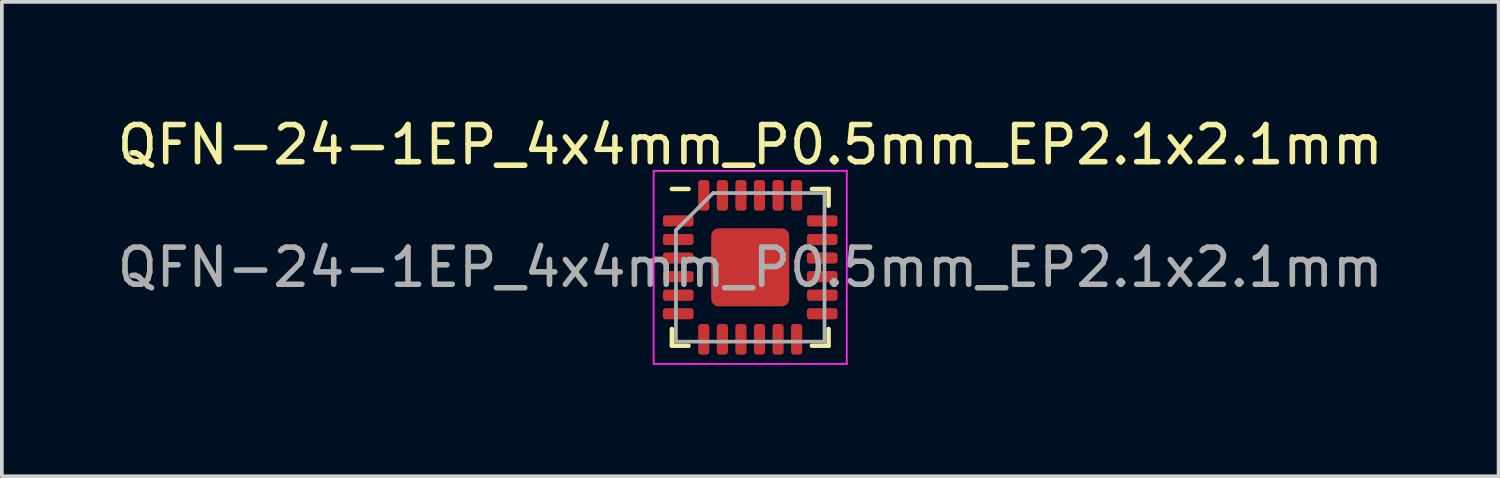
<source format=kicad_pcb>
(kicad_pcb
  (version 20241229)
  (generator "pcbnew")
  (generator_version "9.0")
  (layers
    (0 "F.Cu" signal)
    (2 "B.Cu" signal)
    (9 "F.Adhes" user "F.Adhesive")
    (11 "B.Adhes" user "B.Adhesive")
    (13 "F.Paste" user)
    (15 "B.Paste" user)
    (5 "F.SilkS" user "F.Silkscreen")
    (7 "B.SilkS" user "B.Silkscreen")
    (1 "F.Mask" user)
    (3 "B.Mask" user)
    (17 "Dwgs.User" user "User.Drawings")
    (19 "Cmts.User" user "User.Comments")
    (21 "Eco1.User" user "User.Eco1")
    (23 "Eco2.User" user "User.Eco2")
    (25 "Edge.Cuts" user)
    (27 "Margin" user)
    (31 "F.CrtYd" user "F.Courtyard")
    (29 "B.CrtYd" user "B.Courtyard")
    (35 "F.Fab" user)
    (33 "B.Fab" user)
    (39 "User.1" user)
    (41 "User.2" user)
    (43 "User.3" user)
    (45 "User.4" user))
  (footprint "QFN-24-1EP_4x4mm_P0.5mm_EP2.1x2.1mm"
    (layer "F.Cu")
    (at 17.149 4.148)
    (property "Reference" "QFN-24-1EP_4x4mm_P0.5mm_EP2.1x2.1mm" (at 0 -3.3 0) (layer "F.SilkS") (effects (font (size 1 1) (thickness 0.15))))
    (attr smd)
    (fp_line (start -2.11 2.11) (end -2.11 1.66) (stroke (width 0.12) (type solid)) (layer "F.SilkS"))
    (fp_line (start -1.66 -2.11) (end -2.11 -2.11) (stroke (width 0.12) (type solid)) (layer "F.SilkS"))
    (fp_line (start -1.66 2.11) (end -2.11 2.11) (stroke (width 0.12) (type solid)) (layer "F.SilkS"))
    (fp_line (start 1.66 -2.11) (end 2.11 -2.11) (stroke (width 0.12) (type solid)) (layer "F.SilkS"))
    (fp_line (start 1.66 2.11) (end 2.11 2.11) (stroke (width 0.12) (type solid)) (layer "F.SilkS"))
    (fp_line (start 2.11 -2.11) (end 2.11 -1.66) (stroke (width 0.12) (type solid)) (layer "F.SilkS"))
    (fp_line (start 2.11 2.11) (end 2.11 1.66) (stroke (width 0.12) (type solid)) (layer "F.SilkS"))
    (fp_line (start -2.6 -2.6) (end -2.6 2.6) (stroke (width 0.05) (type solid)) (layer "F.CrtYd"))
    (fp_line (start -2.6 2.6) (end 2.6 2.6) (stroke (width 0.05) (type solid)) (layer "F.CrtYd"))
    (fp_line (start 2.6 -2.6) (end -2.6 -2.6) (stroke (width 0.05) (type solid)) (layer "F.CrtYd"))
    (fp_line (start 2.6 2.6) (end 2.6 -2.6) (stroke (width 0.05) (type solid)) (layer "F.CrtYd"))
    (fp_line (start -2 -1) (end -1 -2) (stroke (width 0.1) (type solid)) (layer "F.Fab"))
    (fp_line (start -2 2) (end -2 -1) (stroke (width 0.1) (type solid)) (layer "F.Fab"))
    (fp_line (start -1 -2) (end 2 -2) (stroke (width 0.1) (type solid)) (layer "F.Fab"))
    (fp_line (start 2 -2) (end 2 2) (stroke (width 0.1) (type solid)) (layer "F.Fab"))
    (fp_line (start 2 2) (end -2 2) (stroke (width 0.1) (type solid)) (layer "F.Fab"))
    (fp_text user "${REFERENCE}" (at 0 0 0) (layer "F.Fab") (effects (font (size 1 1) (thickness 0.15))))
    (pad "" smd roundrect (at -0.5 -0.5) (size 0.8 0.8) (layers "F.Paste") (roundrect_rratio 0.234))
    (pad "" smd roundrect (at -0.5 0.5) (size 0.8 0.8) (layers "F.Paste") (roundrect_rratio 0.234))
    (pad "" smd roundrect (at 0.5 -0.5) (size 0.8 0.8) (layers "F.Paste") (roundrect_rratio 0.234))
    (pad "" smd roundrect (at 0.5 0.5) (size 0.8 0.8) (layers "F.Paste") (roundrect_rratio 0.234))
    (pad "1" smd roundrect (at -1.938 -1.25) (size 0.825 0.3) (layers "F.Cu" "F.Mask" "F.Paste") (roundrect_rratio 0.25))
    (pad "2" smd roundrect (at -1.938 -0.75) (size 0.825 0.3) (layers "F.Cu" "F.Mask" "F.Paste") (roundrect_rratio 0.25))
    (pad "3" smd roundrect (at -1.938 -0.25) (size 0.825 0.3) (layers "F.Cu" "F.Mask" "F.Paste") (roundrect_rratio 0.25))
    (pad "4" smd roundrect (at -1.938 0.25) (size 0.825 0.3) (layers "F.Cu" "F.Mask" "F.Paste") (roundrect_rratio 0.25))
    (pad "5" smd roundrect (at -1.938 0.75) (size 0.825 0.3) (layers "F.Cu" "F.Mask" "F.Paste") (roundrect_rratio 0.25))
    (pad "6" smd roundrect (at -1.938 1.25) (size 0.825 0.3) (layers "F.Cu" "F.Mask" "F.Paste") (roundrect_rratio 0.25))
    (pad "7" smd roundrect (at -1.25 1.938) (size 0.3 0.825) (layers "F.Cu" "F.Mask" "F.Paste") (roundrect_rratio 0.25))
    (pad "8" smd roundrect (at -0.75 1.938) (size 0.3 0.825) (layers "F.Cu" "F.Mask" "F.Paste") (roundrect_rratio 0.25))
    (pad "9" smd roundrect (at -0.25 1.938) (size 0.3 0.825) (layers "F.Cu" "F.Mask" "F.Paste") (roundrect_rratio 0.25))
    (pad "10" smd roundrect (at 0.25 1.938) (size 0.3 0.825) (layers "F.Cu" "F.Mask" "F.Paste") (roundrect_rratio 0.25))
    (pad "11" smd roundrect (at 0.75 1.938) (size 0.3 0.825) (layers "F.Cu" "F.Mask" "F.Paste") (roundrect_rratio 0.25))
    (pad "12" smd roundrect (at 1.25 1.938) (size 0.3 0.825) (layers "F.Cu" "F.Mask" "F.Paste") (roundrect_rratio 0.25))
    (pad "13" smd roundrect (at 1.938 1.25) (size 0.825 0.3) (layers "F.Cu" "F.Mask" "F.Paste") (roundrect_rratio 0.25))
    (pad "14" smd roundrect (at 1.938 0.75) (size 0.825 0.3) (layers "F.Cu" "F.Mask" "F.Paste") (roundrect_rratio 0.25))
    (pad "15" smd roundrect (at 1.938 0.25) (size 0.825 0.3) (layers "F.Cu" "F.Mask" "F.Paste") (roundrect_rratio 0.25))
    (pad "16" smd roundrect (at 1.938 -0.25) (size 0.825 0.3) (layers "F.Cu" "F.Mask" "F.Paste") (roundrect_rratio 0.25))
    (pad "17" smd roundrect (at 1.938 -0.75) (size 0.825 0.3) (layers "F.Cu" "F.Mask" "F.Paste") (roundrect_rratio 0.25))
    (pad "18" smd roundrect (at 1.938 -1.25) (size 0.825 0.3) (layers "F.Cu" "F.Mask" "F.Paste") (roundrect_rratio 0.25))
    (pad "19" smd roundrect (at 1.25 -1.938) (size 0.3 0.825) (layers "F.Cu" "F.Mask" "F.Paste") (roundrect_rratio 0.25))
    (pad "20" smd roundrect (at 0.75 -1.938) (size 0.3 0.825) (layers "F.Cu" "F.Mask" "F.Paste") (roundrect_rratio 0.25))
    (pad "21" smd roundrect (at 0.25 -1.938) (size 0.3 0.825) (layers "F.Cu" "F.Mask" "F.Paste") (roundrect_rratio 0.25))
    (pad "22" smd roundrect (at -0.25 -1.938) (size 0.3 0.825) (layers "F.Cu" "F.Mask" "F.Paste") (roundrect_rratio 0.25))
    (pad "23" smd roundrect (at -0.75 -1.938) (size 0.3 0.825) (layers "F.Cu" "F.Mask" "F.Paste") (roundrect_rratio 0.25))
    (pad "24" smd roundrect (at -1.25 -1.938) (size 0.3 0.825) (layers "F.Cu" "F.Mask" "F.Paste") (roundrect_rratio 0.25))
    (pad "25" smd roundrect (at 0 0) (size 2.1 2.1) (layers "F.Cu" "F.Mask") (roundrect_rratio 0.094)))
  (gr_rect
    (start -3 -3)
    (end 37.298 9.773)
    (stroke (width 0.1) (type default))
    (fill no)
    (layer "Edge.Cuts")))
</source>
